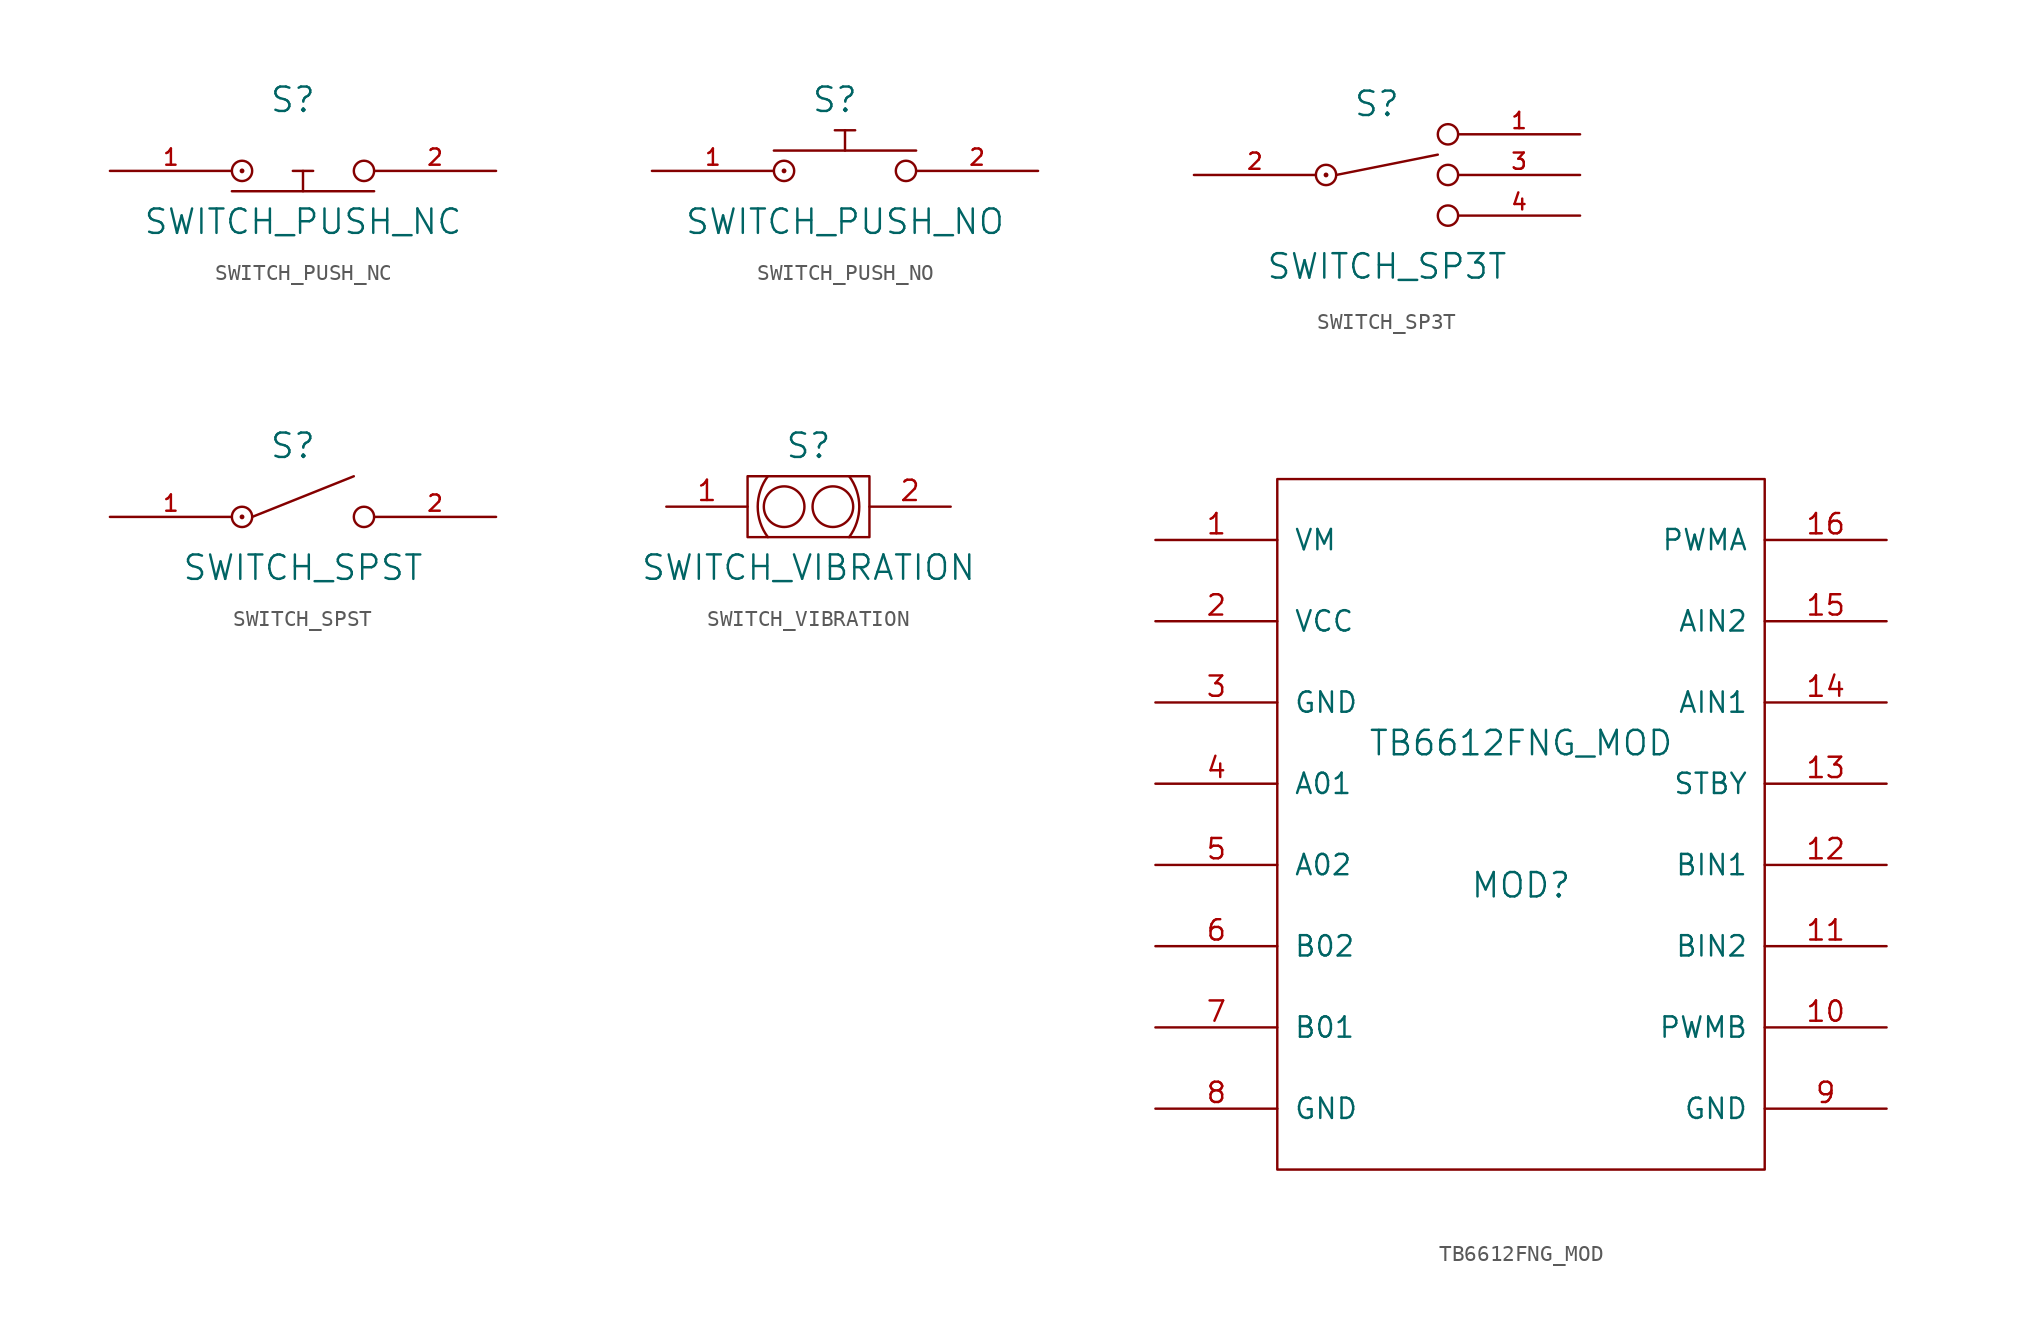
<source format=kicad_sym>
(kicad_symbol_lib
  (version 20211014)
  (generator kicad_symbol_editor)
  (symbol "SWITCH_PUSH_NC"
    (pin_names
      (offset 1.016))
    (property "Reference" "S"
      (at 0 4.445 0)
      (effects (font (size 1.524 1.524))))
    (property "Value" "SWITCH_PUSH_NC"
      (at 0.635 -3.175 0)
      (effects (font (size 1.524 1.524))))
    (property "Footprint" ""
      (at 0 0 0)
      (effects (font (size 1.524 1.524))))
    (property "Datasheet" ""
      (at 0 0 0)
      (effects (font (size 1.524 1.524))))
    (symbol "SWITCH_PUSH_NC_0_1"
      (circle (center -3.175 0) (radius 0.0001) (stroke (width 0) (type default) (color 0 0 0 0)) (fill (type none)))
      (circle (center -3.175 0) (radius 0.635) (stroke (width 0) (type default) (color 0 0 0 0)) (fill (type none)))
      (polyline (pts (xy -3.81 -1.27) (xy 5.08 -1.27)) (stroke (width 0) (type default) (color 0 0 0 0)) (fill (type none)))
      (polyline (pts (xy 0 0) (xy 1.27 0)) (stroke (width 0) (type default) (color 0 0 0 0)) (fill (type none)))
      (polyline (pts (xy 0.635 -1.27) (xy 0.635 0)) (stroke (width 0) (type default) (color 0 0 0 0)) (fill (type none)))
      (circle (center 4.445 0) (radius 0.635) (stroke (width 0) (type default) (color 0 0 0 0)) (fill (type none))))
    (symbol "SWITCH_PUSH_NC_1_1"
      (pin passive line (at -11.43 0 0) (length 7.62) (name "~" (effects (font (size 1.016 1.016)))) (number "1" (effects (font (size 1.016 1.016)))))
      (pin passive line (at 12.7 0 180) (length 7.62) (name "~" (effects (font (size 1.016 1.016)))) (number "2" (effects (font (size 1.016 1.016)))))))
  (symbol "SWITCH_PUSH_NO"
    (pin_names
      (offset 1.016))
    (property "Reference" "S"
      (at 0 4.445 0)
      (effects (font (size 1.524 1.524))))
    (property "Value" "SWITCH_PUSH_NO"
      (at 0.635 -3.175 0)
      (effects (font (size 1.524 1.524))))
    (property "Footprint" ""
      (at 0 0 0)
      (effects (font (size 1.524 1.524))))
    (property "Datasheet" ""
      (at 0 0 0)
      (effects (font (size 1.524 1.524))))
    (symbol "SWITCH_PUSH_NO_0_1"
      (circle (center -3.175 0) (radius 0.0001) (stroke (width 0) (type default) (color 0 0 0 0)) (fill (type none)))
      (circle (center -3.175 0) (radius 0.635) (stroke (width 0) (type default) (color 0 0 0 0)) (fill (type none)))
      (polyline (pts (xy -3.81 1.27) (xy 5.08 1.27)) (stroke (width 0) (type default) (color 0 0 0 0)) (fill (type none)))
      (polyline (pts (xy 0 2.54) (xy 1.27 2.54)) (stroke (width 0) (type default) (color 0 0 0 0)) (fill (type none)))
      (polyline (pts (xy 0.635 1.27) (xy 0.635 2.54)) (stroke (width 0) (type default) (color 0 0 0 0)) (fill (type none)))
      (circle (center 4.445 0) (radius 0.635) (stroke (width 0) (type default) (color 0 0 0 0)) (fill (type none))))
    (symbol "SWITCH_PUSH_NO_1_1"
      (pin passive line (at -11.43 0 0) (length 7.62) (name "~" (effects (font (size 1.016 1.016)))) (number "1" (effects (font (size 1.016 1.016)))))
      (pin passive line (at 12.7 0 180) (length 7.62) (name "~" (effects (font (size 1.016 1.016)))) (number "2" (effects (font (size 1.016 1.016)))))))
  (symbol "SWITCH_SP3T"
    (pin_names
      (offset 1.016))
    (property "Reference" "S"
      (at 0 4.445 0)
      (effects (font (size 1.524 1.524))))
    (property "Value" "SWITCH_SP3T"
      (at 0.635 -5.715 0)
      (effects (font (size 1.524 1.524))))
    (property "Footprint" ""
      (at 0 0 0)
      (effects (font (size 1.524 1.524))))
    (property "Datasheet" ""
      (at 0 0 0)
      (effects (font (size 1.524 1.524))))
    (symbol "SWITCH_SP3T_0_1"
      (circle (center -3.175 0) (radius 0.0001) (stroke (width 0) (type default) (color 0 0 0 0)) (fill (type none)))
      (circle (center -3.175 0) (radius 0.635) (stroke (width 0) (type default) (color 0 0 0 0)) (fill (type none)))
      (polyline (pts (xy -2.54 0) (xy 3.81 1.27)) (stroke (width 0) (type default) (color 0 0 0 0)) (fill (type none)))
      (circle (center 4.445 -2.54) (radius 0.635) (stroke (width 0) (type default) (color 0 0 0 0)) (fill (type none)))
      (circle (center 4.445 0) (radius 0.635) (stroke (width 0) (type default) (color 0 0 0 0)) (fill (type none)))
      (circle (center 4.445 2.54) (radius 0.635) (stroke (width 0) (type default) (color 0 0 0 0)) (fill (type none))))
    (symbol "SWITCH_SP3T_1_1"
      (pin passive line (at 12.7 2.54 180) (length 7.62) (name "~" (effects (font (size 1.016 1.016)))) (number "1" (effects (font (size 1.016 1.016)))))
      (pin passive line (at -11.43 0 0) (length 7.62) (name "~" (effects (font (size 1.016 1.016)))) (number "2" (effects (font (size 1.016 1.016)))))
      (pin passive line (at 12.7 0 180) (length 7.62) (name "~" (effects (font (size 1.016 1.016)))) (number "3" (effects (font (size 1.016 1.016)))))
      (pin passive line (at 12.7 -2.54 180) (length 7.62) (name "~" (effects (font (size 1.016 1.016)))) (number "4" (effects (font (size 1.016 1.016)))))))
  (symbol "SWITCH_SPST"
    (pin_names
      (offset 1.016))
    (property "Reference" "S"
      (at 0 4.445 0)
      (effects (font (size 1.524 1.524))))
    (property "Value" "SWITCH_SPST"
      (at 0.635 -3.175 0)
      (effects (font (size 1.524 1.524))))
    (property "Footprint" ""
      (at 0 0 0)
      (effects (font (size 1.524 1.524))))
    (property "Datasheet" ""
      (at 0 0 0)
      (effects (font (size 1.524 1.524))))
    (symbol "SWITCH_SPST_0_1"
      (circle (center -3.175 0) (radius 0.0001) (stroke (width 0) (type default) (color 0 0 0 0)) (fill (type none)))
      (circle (center -3.175 0) (radius 0.635) (stroke (width 0) (type default) (color 0 0 0 0)) (fill (type none)))
      (polyline (pts (xy -2.54 0) (xy 3.81 2.54)) (stroke (width 0) (type default) (color 0 0 0 0)) (fill (type none)))
      (circle (center 4.445 0) (radius 0.635) (stroke (width 0) (type default) (color 0 0 0 0)) (fill (type none))))
    (symbol "SWITCH_SPST_1_1"
      (pin passive line (at -11.43 0 0) (length 7.62) (name "~" (effects (font (size 1.016 1.016)))) (number "1" (effects (font (size 1.016 1.016)))))
      (pin passive line (at 12.7 0 180) (length 7.62) (name "~" (effects (font (size 1.016 1.016)))) (number "2" (effects (font (size 1.016 1.016)))))))
  (symbol "SWITCH_VIBRATION"
    (pin_names
      (offset 1.016))
    (property "Reference" "S"
      (at 0 7.62 0)
      (effects (font (size 1.524 1.524))))
    (property "Value" "SWITCH_VIBRATION"
      (at 0 0 0)
      (effects (font (size 1.524 1.524))))
    (property "Footprint" ""
      (at -1.27 0 0)
      (effects (font (size 1.524 1.524))))
    (property "Datasheet" ""
      (at -1.27 0 0)
      (effects (font (size 1.524 1.524))))
    (symbol "SWITCH_VIBRATION_0_1"
      (rectangle (start -3.81 5.715) (end 3.81 1.905) (stroke (width 0) (type default) (color 0 0 0 0)) (fill (type none)))
      (arc (start -2.54 5.715) (mid -3.175 3.81) (end -2.54 1.905) (stroke (width 0) (type default) (color 0 0 0 0)) (fill (type none)))
      (circle (center -1.524 3.81) (radius 1.27) (stroke (width 0) (type default) (color 0 0 0 0)) (fill (type none)))
      (circle (center 1.524 3.81) (radius 1.27) (stroke (width 0) (type default) (color 0 0 0 0)) (fill (type none)))
      (arc (start 2.54 1.905) (mid 3.175 3.81) (end 2.54 5.715) (stroke (width 0) (type default) (color 0 0 0 0)) (fill (type none))))
    (symbol "SWITCH_VIBRATION_1_1"
      (pin input line (at -8.89 3.81 0) (length 5.08) (name "~" (effects (font (size 1.27 1.27)))) (number "1" (effects (font (size 1.27 1.27)))))
      (pin input line (at 8.89 3.81 180) (length 5.08) (name "~" (effects (font (size 1.27 1.27)))) (number "2" (effects (font (size 1.27 1.27)))))))
  (symbol "TB6612FNG_MOD"
    (pin_names
      (offset 1.016))
    (property "Reference" "MOD"
      (at 0 -3.81 0)
      (effects (font (size 1.524 1.524))))
    (property "Value" "TB6612FNG_MOD"
      (at 0 5.08 0)
      (effects (font (size 1.524 1.524))))
    (property "Footprint" ""
      (at 0 0 0)
      (effects (font (size 1.524 1.524))))
    (property "Datasheet" ""
      (at 0 0 0)
      (effects (font (size 1.524 1.524))))
    (symbol "TB6612FNG_MOD_0_1"
      (rectangle (start 15.24 -21.59) (end -15.24 21.59) (stroke (width 0) (type default) (color 0 0 0 0)) (fill (type none))))
    (symbol "TB6612FNG_MOD_1_1"
      (pin power_in line (at -22.86 17.78 0) (length 7.62) (name "VM" (effects (font (size 1.27 1.27)))) (number "1" (effects (font (size 1.27 1.27)))))
      (pin input line (at 22.86 -12.7 180) (length 7.62) (name "PWMB" (effects (font (size 1.27 1.27)))) (number "10" (effects (font (size 1.27 1.27)))))
      (pin input line (at 22.86 -7.62 180) (length 7.62) (name "BIN2" (effects (font (size 1.27 1.27)))) (number "11" (effects (font (size 1.27 1.27)))))
      (pin input line (at 22.86 -2.54 180) (length 7.62) (name "BIN1" (effects (font (size 1.27 1.27)))) (number "12" (effects (font (size 1.27 1.27)))))
      (pin input line (at 22.86 2.54 180) (length 7.62) (name "STBY" (effects (font (size 1.27 1.27)))) (number "13" (effects (font (size 1.27 1.27)))))
      (pin input line (at 22.86 7.62 180) (length 7.62) (name "AIN1" (effects (font (size 1.27 1.27)))) (number "14" (effects (font (size 1.27 1.27)))))
      (pin input line (at 22.86 12.7 180) (length 7.62) (name "AIN2" (effects (font (size 1.27 1.27)))) (number "15" (effects (font (size 1.27 1.27)))))
      (pin input line (at 22.86 17.78 180) (length 7.62) (name "PWMA" (effects (font (size 1.27 1.27)))) (number "16" (effects (font (size 1.27 1.27)))))
      (pin power_in line (at -22.86 12.7 0) (length 7.62) (name "VCC" (effects (font (size 1.27 1.27)))) (number "2" (effects (font (size 1.27 1.27)))))
      (pin power_in line (at -22.86 7.62 0) (length 7.62) (name "GND" (effects (font (size 1.27 1.27)))) (number "3" (effects (font (size 1.27 1.27)))))
      (pin input line (at -22.86 2.54 0) (length 7.62) (name "A01" (effects (font (size 1.27 1.27)))) (number "4" (effects (font (size 1.27 1.27)))))
      (pin input line (at -22.86 -2.54 0) (length 7.62) (name "A02" (effects (font (size 1.27 1.27)))) (number "5" (effects (font (size 1.27 1.27)))))
      (pin input line (at -22.86 -7.62 0) (length 7.62) (name "B02" (effects (font (size 1.27 1.27)))) (number "6" (effects (font (size 1.27 1.27)))))
      (pin input line (at -22.86 -12.7 0) (length 7.62) (name "B01" (effects (font (size 1.27 1.27)))) (number "7" (effects (font (size 1.27 1.27)))))
      (pin power_in line (at -22.86 -17.78 0) (length 7.62) (name "GND" (effects (font (size 1.27 1.27)))) (number "8" (effects (font (size 1.27 1.27)))))
      (pin power_in line (at 22.86 -17.78 180) (length 7.62) (name "GND" (effects (font (size 1.27 1.27)))) (number "9" (effects (font (size 1.27 1.27))))))))
</source>
